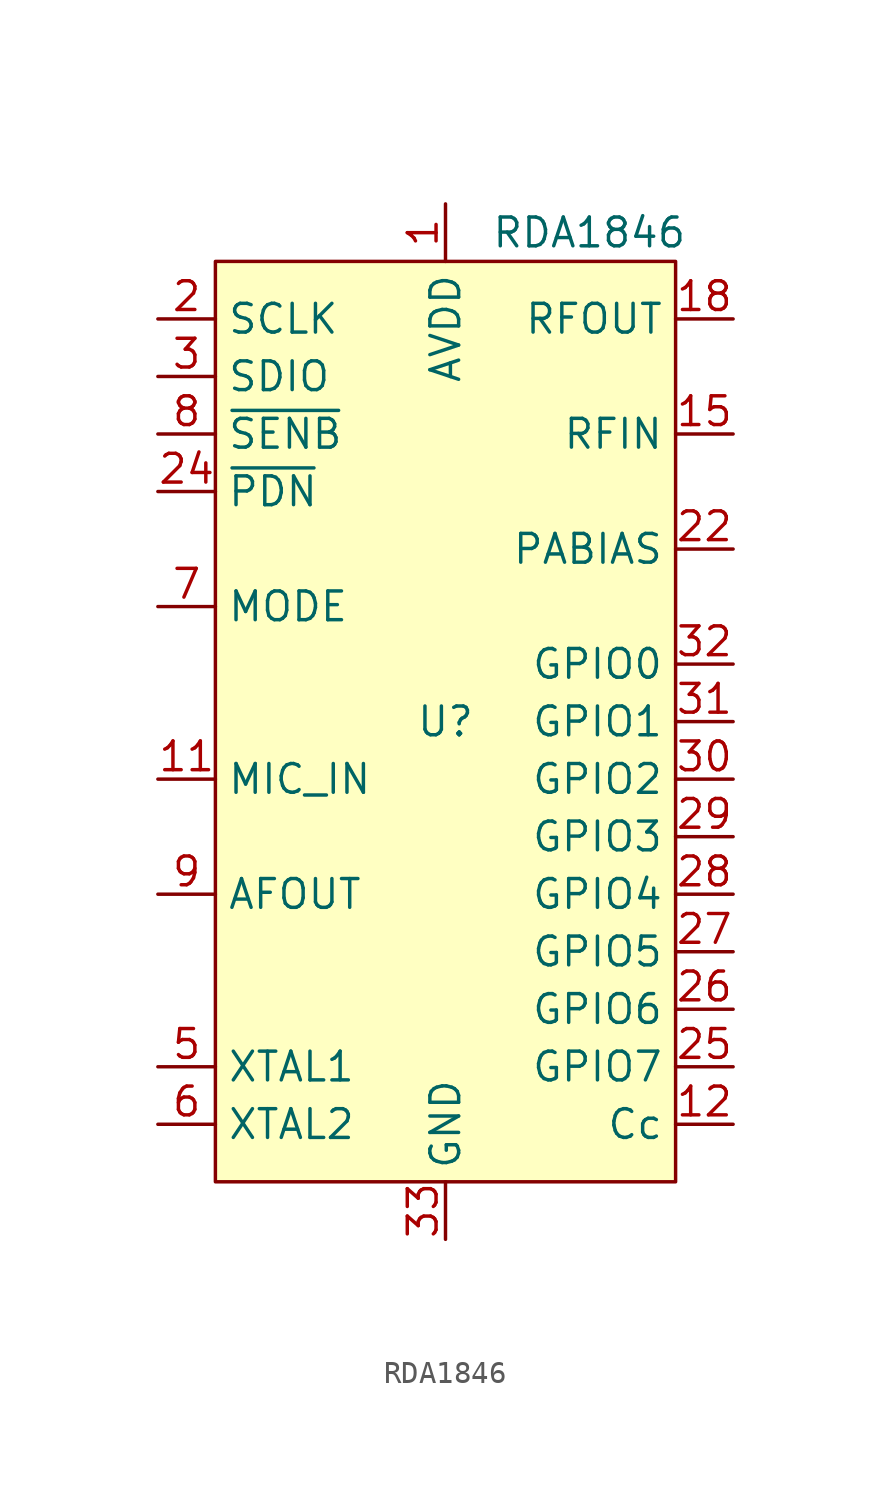
<source format=kicad_sym>
(kicad_symbol_lib
  (version 20211014)
  (generator kicad_symbol_editor)
  (symbol "RDA1846"
    (property "Reference" "U"
      (at 0 0 0)
      (effects (font (size 1.27 1.27))))
    (property "Value" "RDA1846"
      (at 6.35 21.59 0)
      (effects (font (size 1.27 1.27))))
    (symbol "RDA1846_0_1"
      (rectangle (start -10.16 20.32) (end 10.16 -20.32) (stroke (width 0) (type default) (color 0 0 0 0)) (fill (type background))))
    (symbol "RDA1846_1_1"
      (pin power_in line (at 0 22.86 270) (length 2.54) (name "AVDD" (effects (font (size 1.27 1.27)))) (number "1" (effects (font (size 1.27 1.27)))))
      (pin no_connect line (at -10.16 7.62 0) (length 2.54) hide (name "NC" (effects (font (size 1.27 1.27)))) (number "10" (effects (font (size 1.27 1.27)))))
      (pin passive line (at -12.7 -2.54 0) (length 2.54) (name "MIC_IN" (effects (font (size 1.27 1.27)))) (number "11" (effects (font (size 1.27 1.27)))))
      (pin passive line (at 12.7 -17.78 180) (length 2.54) (name "Cc" (effects (font (size 1.27 1.27)))) (number "12" (effects (font (size 1.27 1.27)))))
      (pin passive line (at 0 22.86 270) (length 2.54) hide (name "AVDD" (effects (font (size 1.27 1.27)))) (number "13" (effects (font (size 1.27 1.27)))))
      (pin no_connect line (at -10.16 2.54 0) (length 2.54) hide (name "NC" (effects (font (size 1.27 1.27)))) (number "14" (effects (font (size 1.27 1.27)))))
      (pin passive line (at 12.7 12.7 180) (length 2.54) (name "RFIN" (effects (font (size 1.27 1.27)))) (number "15" (effects (font (size 1.27 1.27)))))
      (pin passive line (at 0 22.86 270) (length 2.54) hide (name "AVDD" (effects (font (size 1.27 1.27)))) (number "16" (effects (font (size 1.27 1.27)))))
      (pin no_connect line (at -10.16 0 0) (length 2.54) hide (name "NC" (effects (font (size 1.27 1.27)))) (number "17" (effects (font (size 1.27 1.27)))))
      (pin passive line (at 12.7 17.78 180) (length 2.54) (name "RFOUT" (effects (font (size 1.27 1.27)))) (number "18" (effects (font (size 1.27 1.27)))))
      (pin no_connect line (at -10.16 -10.16 0) (length 2.54) hide (name "NC" (effects (font (size 1.27 1.27)))) (number "19" (effects (font (size 1.27 1.27)))))
      (pin input line (at -12.7 17.78 0) (length 2.54) (name "SCLK" (effects (font (size 1.27 1.27)))) (number "2" (effects (font (size 1.27 1.27)))))
      (pin no_connect line (at -10.16 -12.7 0) (length 2.54) hide (name "NC" (effects (font (size 1.27 1.27)))) (number "20" (effects (font (size 1.27 1.27)))))
      (pin passive line (at 0 22.86 270) (length 2.54) hide (name "AVDD" (effects (font (size 1.27 1.27)))) (number "21" (effects (font (size 1.27 1.27)))))
      (pin passive line (at 12.7 7.62 180) (length 2.54) (name "PABIAS" (effects (font (size 1.27 1.27)))) (number "22" (effects (font (size 1.27 1.27)))))
      (pin passive line (at 0 22.86 270) (length 2.54) hide (name "AVDD" (effects (font (size 1.27 1.27)))) (number "23" (effects (font (size 1.27 1.27)))))
      (pin input line (at -12.7 10.16 0) (length 2.54) (name "~{PDN}" (effects (font (size 1.27 1.27)))) (number "24" (effects (font (size 1.27 1.27)))))
      (pin bidirectional line (at 12.7 -15.24 180) (length 2.54) (name "GPIO7" (effects (font (size 1.27 1.27)))) (number "25" (effects (font (size 1.27 1.27)))))
      (pin bidirectional line (at 12.7 -12.7 180) (length 2.54) (name "GPIO6" (effects (font (size 1.27 1.27)))) (number "26" (effects (font (size 1.27 1.27)))))
      (pin bidirectional line (at 12.7 -10.16 180) (length 2.54) (name "GPIO5" (effects (font (size 1.27 1.27)))) (number "27" (effects (font (size 1.27 1.27)))))
      (pin bidirectional line (at 12.7 -7.62 180) (length 2.54) (name "GPIO4" (effects (font (size 1.27 1.27)))) (number "28" (effects (font (size 1.27 1.27)))))
      (pin bidirectional line (at 12.7 -5.08 180) (length 2.54) (name "GPIO3" (effects (font (size 1.27 1.27)))) (number "29" (effects (font (size 1.27 1.27)))))
      (pin input line (at -12.7 15.24 0) (length 2.54) (name "SDIO" (effects (font (size 1.27 1.27)))) (number "3" (effects (font (size 1.27 1.27)))))
      (pin bidirectional line (at 12.7 -2.54 180) (length 2.54) (name "GPIO2" (effects (font (size 1.27 1.27)))) (number "30" (effects (font (size 1.27 1.27)))))
      (pin bidirectional line (at 12.7 0 180) (length 2.54) (name "GPIO1" (effects (font (size 1.27 1.27)))) (number "31" (effects (font (size 1.27 1.27)))))
      (pin bidirectional line (at 12.7 2.54 180) (length 2.54) (name "GPIO0" (effects (font (size 1.27 1.27)))) (number "32" (effects (font (size 1.27 1.27)))))
      (pin power_in line (at 0 -22.86 90) (length 2.54) (name "GND" (effects (font (size 1.27 1.27)))) (number "33" (effects (font (size 1.27 1.27)))))
      (pin passive line (at 0 22.86 270) (length 2.54) hide (name "AVDD" (effects (font (size 1.27 1.27)))) (number "4" (effects (font (size 1.27 1.27)))))
      (pin passive line (at -12.7 -15.24 0) (length 2.54) (name "XTAL1" (effects (font (size 1.27 1.27)))) (number "5" (effects (font (size 1.27 1.27)))))
      (pin passive line (at -12.7 -17.78 0) (length 2.54) (name "XTAL2" (effects (font (size 1.27 1.27)))) (number "6" (effects (font (size 1.27 1.27)))))
      (pin input line (at -12.7 5.08 0) (length 2.54) (name "MODE" (effects (font (size 1.27 1.27)))) (number "7" (effects (font (size 1.27 1.27)))))
      (pin input line (at -12.7 12.7 0) (length 2.54) (name "~{SENB}" (effects (font (size 1.27 1.27)))) (number "8" (effects (font (size 1.27 1.27)))))
      (pin passive line (at -12.7 -7.62 0) (length 2.54) (name "AFOUT" (effects (font (size 1.27 1.27)))) (number "9" (effects (font (size 1.27 1.27))))))))
</source>
